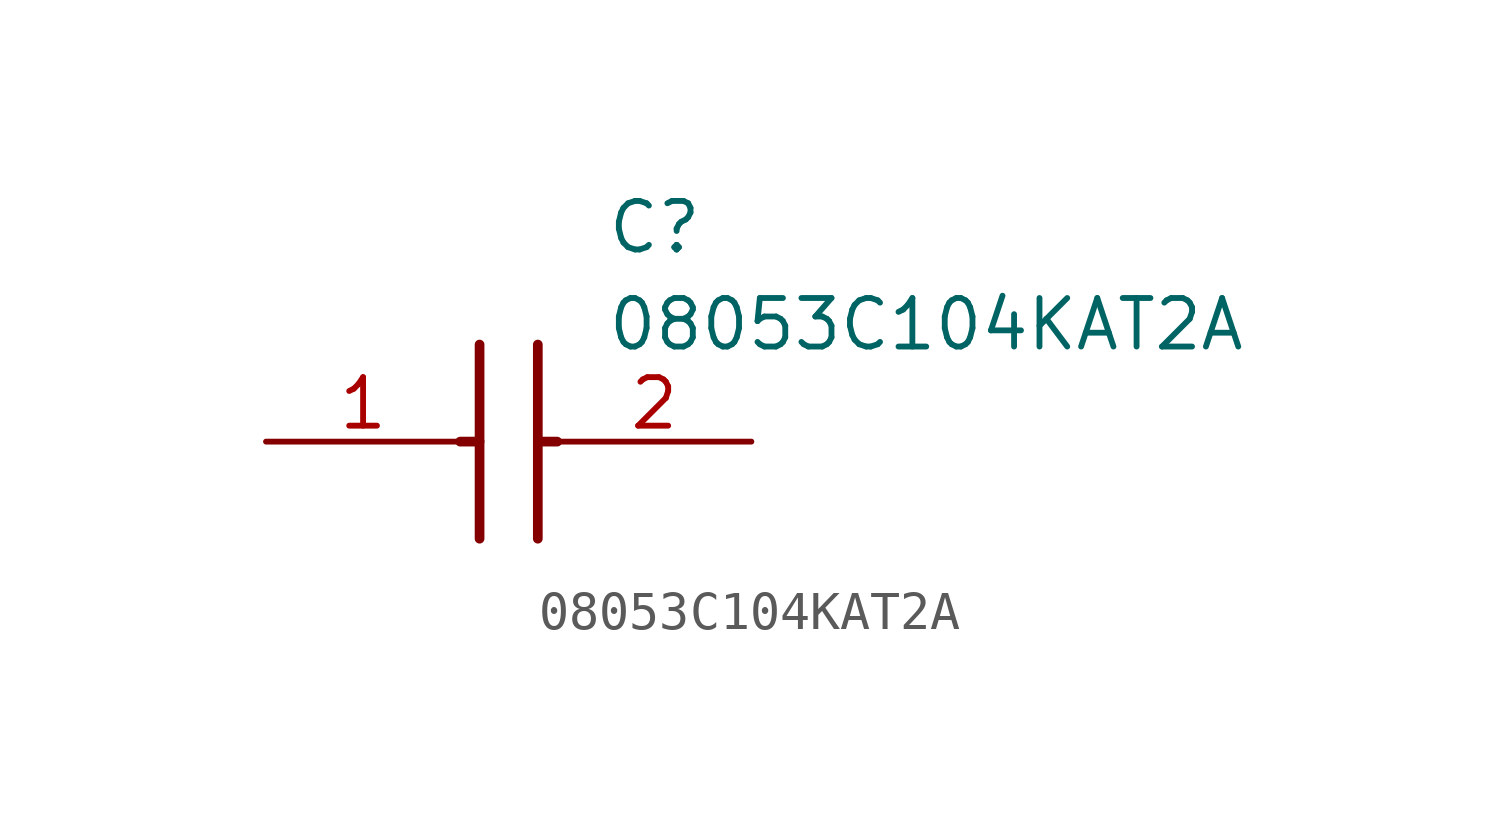
<source format=kicad_sym>
(kicad_symbol_lib
  (version 20211014)
  (generator SamacSys_ECAD_Model)
  (symbol "08053C104KAT2A"
    (pin_names hide)
    (property "Reference" "C"
      (at 8.89 6.35 0)
      (effects (font (size 1.27 1.27)) (justify left top)))
    (property "Value" "08053C104KAT2A"
      (at 8.89 3.81 0)
      (effects (font (size 1.27 1.27)) (justify left top)))
    (polyline
      (pts (xy 5.588 2.54) (xy 5.588 -2.54))
      (stroke (width 0.254) (type default))
      (fill (type none)))
    (polyline
      (pts (xy 7.112 2.54) (xy 7.112 -2.54))
      (stroke (width 0.254) (type default))
      (fill (type none)))
    (polyline
      (pts (xy 5.08 0) (xy 5.588 0))
      (stroke (width 0.254) (type default))
      (fill (type none)))
    (polyline
      (pts (xy 7.112 0) (xy 7.62 0))
      (stroke (width 0.254) (type default))
      (fill (type none)))
    (pin passive line
      (at 0 0 0)
      (length 5.08)
      (name "1" (effects (font (size 1.27 1.27))))
      (number "1" (effects (font (size 1.27 1.27)))))
    (pin passive line
      (at 12.7 0 180)
      (length 5.08)
      (name "2" (effects (font (size 1.27 1.27))))
      (number "2" (effects (font (size 1.27 1.27)))))))
</source>
